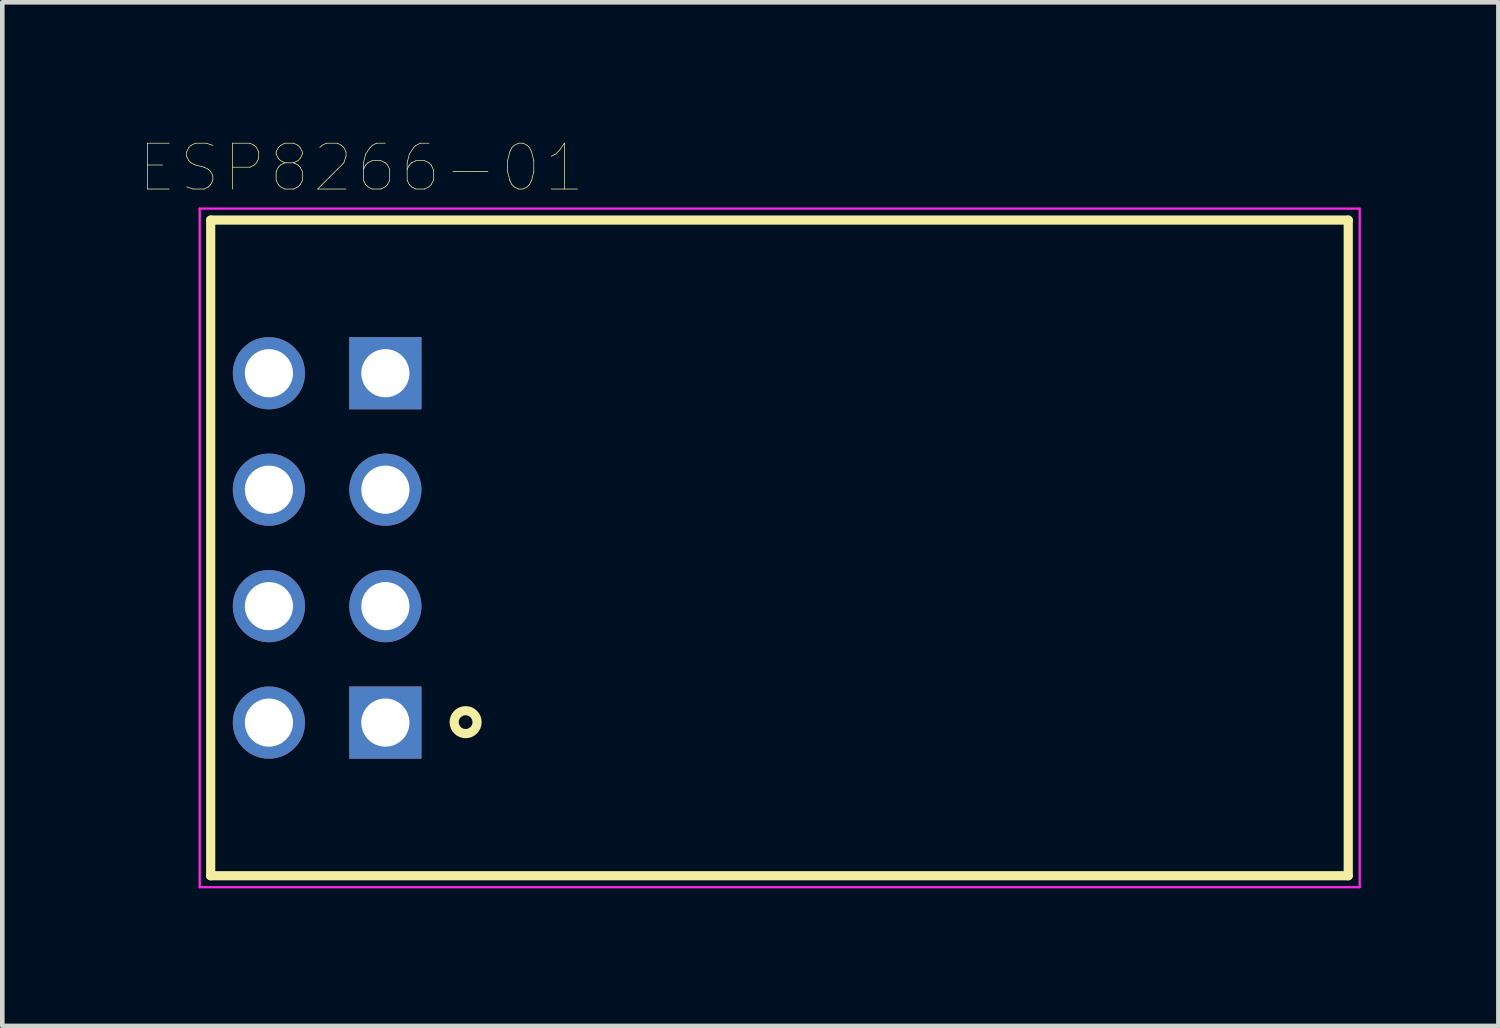
<source format=kicad_pcb>
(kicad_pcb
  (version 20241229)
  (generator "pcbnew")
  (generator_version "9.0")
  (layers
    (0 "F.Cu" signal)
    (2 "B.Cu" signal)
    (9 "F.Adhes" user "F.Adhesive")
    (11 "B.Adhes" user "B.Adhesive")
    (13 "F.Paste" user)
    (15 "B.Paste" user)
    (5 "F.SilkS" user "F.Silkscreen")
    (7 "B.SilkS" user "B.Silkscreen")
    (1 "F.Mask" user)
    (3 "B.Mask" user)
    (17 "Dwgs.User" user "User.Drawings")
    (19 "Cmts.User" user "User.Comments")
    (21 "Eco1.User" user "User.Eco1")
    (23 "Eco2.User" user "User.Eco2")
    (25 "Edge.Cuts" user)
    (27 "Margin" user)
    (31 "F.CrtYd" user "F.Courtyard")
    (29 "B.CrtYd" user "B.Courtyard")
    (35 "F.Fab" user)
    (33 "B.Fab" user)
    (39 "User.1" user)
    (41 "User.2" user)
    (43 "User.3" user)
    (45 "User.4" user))
  (footprint "ESP8266-01"
    (layer "F.Cu")
    (at 5.355 8.9)
    (property "Reference" "ESP8266-01" (at -0.525 -8.289 0) (layer "F.SilkS") (effects (font (size 1 1) (thickness 0.015))))
    (attr through_hole)
    (fp_line (start -3.81 -7.15) (end 21 -7.15) (stroke (width 0.2) (type solid)) (layer "F.SilkS"))
    (fp_line (start -3.81 7.15) (end -3.81 -7.15) (stroke (width 0.2) (type solid)) (layer "F.SilkS"))
    (fp_line (start 21 -7.15) (end 21 7.15) (stroke (width 0.2) (type solid)) (layer "F.SilkS"))
    (fp_line (start 21 7.15) (end -3.81 7.15) (stroke (width 0.2) (type solid)) (layer "F.SilkS"))
    (fp_circle (center 1.75 3.8) (end 2 3.8) (stroke (width 0.2) (type solid)) (fill no) (layer "F.SilkS"))
    (fp_line (start -4.05 -7.4) (end 21.25 -7.4) (stroke (width 0.05) (type solid)) (layer "F.CrtYd"))
    (fp_line (start -4.05 7.4) (end -4.05 -7.4) (stroke (width 0.05) (type solid)) (layer "F.CrtYd"))
    (fp_line (start 21.25 -7.4) (end 21.25 7.4) (stroke (width 0.05) (type solid)) (layer "F.CrtYd"))
    (fp_line (start 21.25 7.4) (end -4.05 7.4) (stroke (width 0.05) (type solid)) (layer "F.CrtYd"))
    (pad "1" thru_hole rect (at 0 3.81) (size 1.575 1.575) (drill 1.05) (layers "*.Cu" "*.Mask"))
    (pad "2" thru_hole circle (at 0 1.27) (size 1.575 1.575) (drill 1.05) (layers "*.Cu" "*.Mask"))
    (pad "3" thru_hole circle (at 0 -1.27) (size 1.575 1.575) (drill 1.05) (layers "*.Cu" "*.Mask"))
    (pad "4" thru_hole rect (at 0 -3.81) (size 1.575 1.575) (drill 1.05) (layers "*.Cu" "*.Mask"))
    (pad "5" thru_hole circle (at -2.54 -3.81) (size 1.575 1.575) (drill 1.05) (layers "*.Cu" "*.Mask"))
    (pad "6" thru_hole circle (at -2.54 -1.27) (size 1.575 1.575) (drill 1.05) (layers "*.Cu" "*.Mask"))
    (pad "7" thru_hole circle (at -2.54 1.27) (size 1.575 1.575) (drill 1.05) (layers "*.Cu" "*.Mask"))
    (pad "8" thru_hole circle (at -2.54 3.81) (size 1.575 1.575) (drill 1.05) (layers "*.Cu" "*.Mask")))
  (gr_rect
    (start -3 -3)
    (end 29.63 19.325)
    (stroke (width 0.1) (type default))
    (fill no)
    (layer "Edge.Cuts")))
</source>
